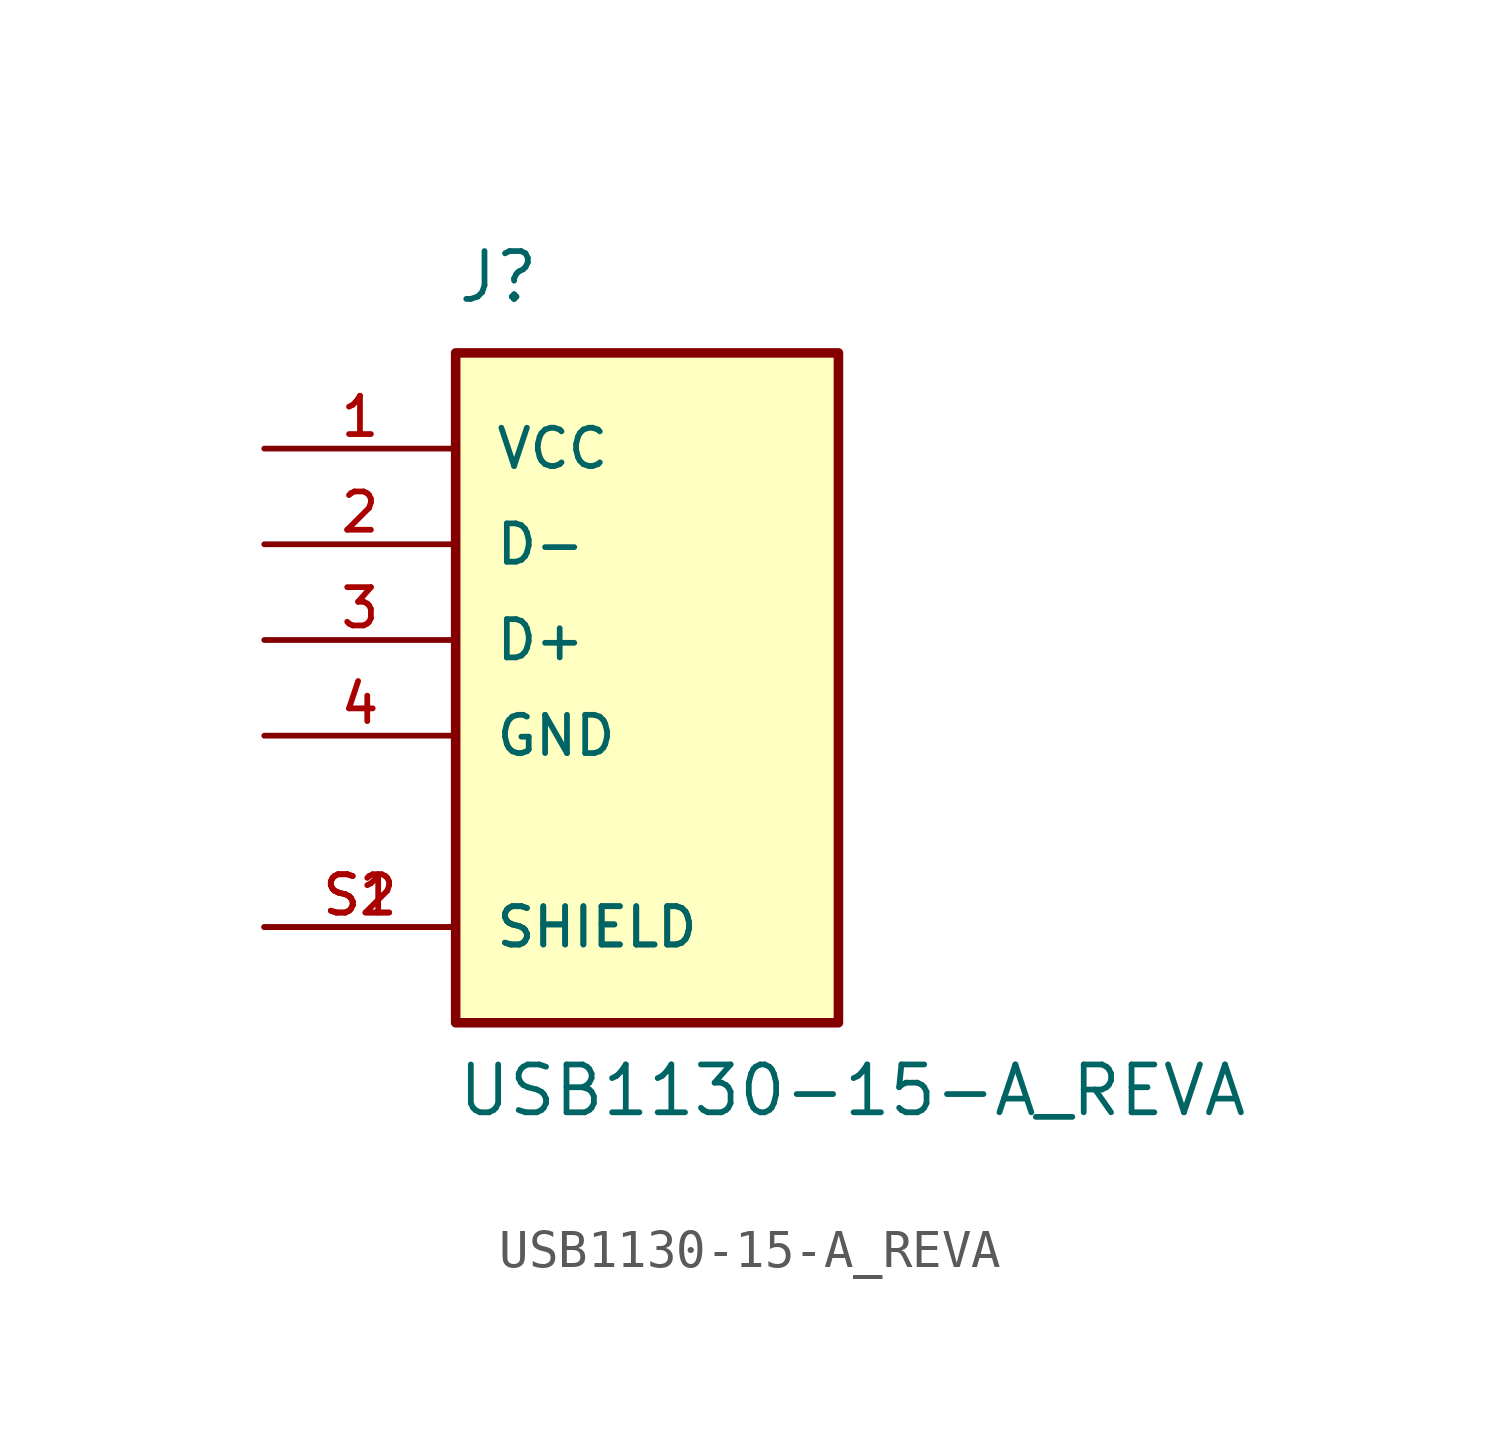
<source format=kicad_sym>
(kicad_symbol_lib
  (version 20211014)
  (generator kicad_symbol_editor)
  (symbol "USB1130-15-A_REVA"
    (pin_names
      (offset 1.016))
    (property "Reference" "J"
      (at -5.08 8.89 0)
      (effects (font (size 1.27 1.27)) (justify left bottom)))
    (property "Value" "USB1130-15-A_REVA"
      (at -5.08 -12.7 0)
      (effects (font (size 1.27 1.27)) (justify left bottom)))
    (property "ki_locked" ""
      (at 0 0 0)
      (effects (font (size 1.27 1.27))))
    (symbol "USB1130-15-A_REVA_0_0"
      (rectangle (start -5.08 -10.16) (end 5.08 7.62) (stroke (width 0.254) (type default) (color 0 0 0 0)) (fill (type background)))
      (pin power_in line (at -10.16 5.08 0) (length 5.08) (name "VCC" (effects (font (size 1.016 1.016)))) (number "1" (effects (font (size 1.016 1.016)))))
      (pin bidirectional line (at -10.16 2.54 0) (length 5.08) (name "D-" (effects (font (size 1.016 1.016)))) (number "2" (effects (font (size 1.016 1.016)))))
      (pin bidirectional line (at -10.16 0 0) (length 5.08) (name "D+" (effects (font (size 1.016 1.016)))) (number "3" (effects (font (size 1.016 1.016)))))
      (pin power_in line (at -10.16 -2.54 0) (length 5.08) (name "GND" (effects (font (size 1.016 1.016)))) (number "4" (effects (font (size 1.016 1.016)))))
      (pin passive line (at -10.16 -7.62 0) (length 5.08) (name "SHIELD" (effects (font (size 1.016 1.016)))) (number "S1" (effects (font (size 1.016 1.016)))))
      (pin passive line (at -10.16 -7.62 0) (length 5.08) (name "SHIELD" (effects (font (size 1.016 1.016)))) (number "S2" (effects (font (size 1.016 1.016))))))))
</source>
